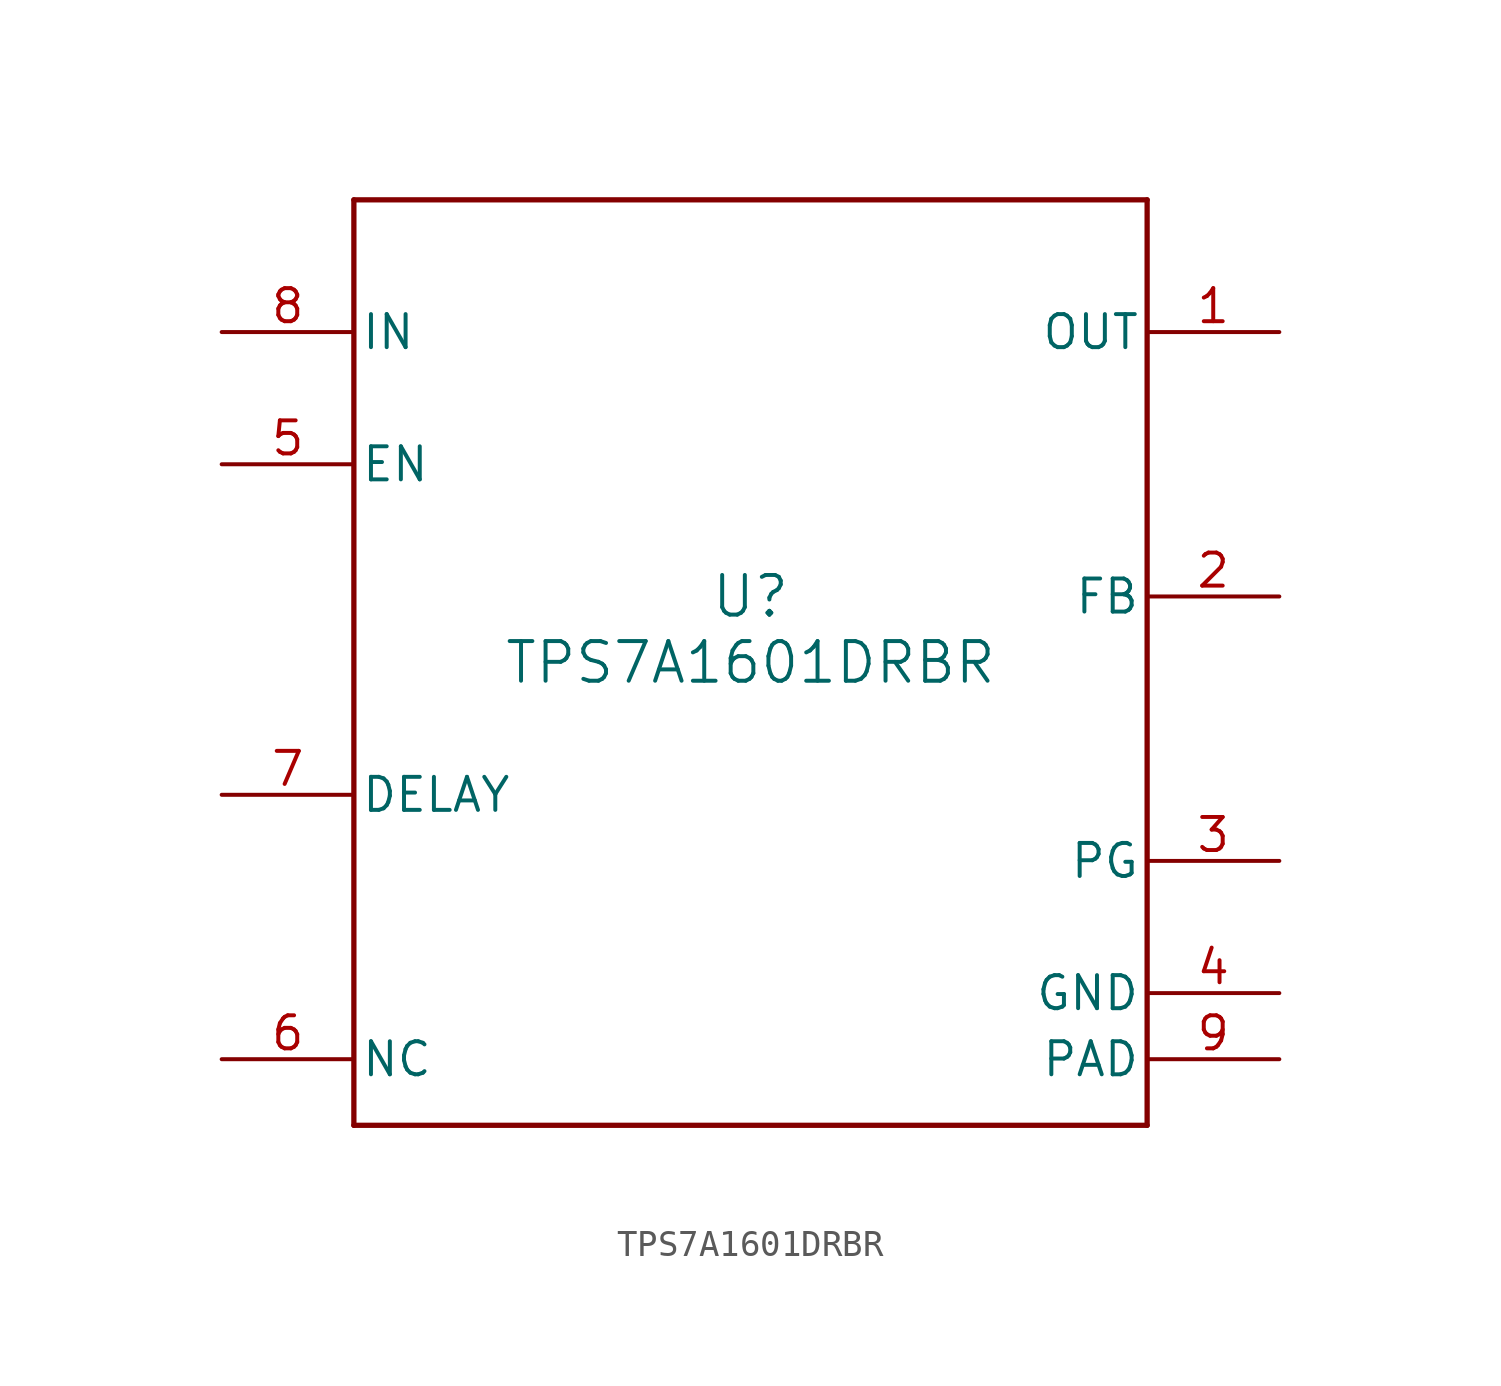
<source format=kicad_sym>
(kicad_symbol_lib
  (version 20211014)
  (generator kicad_symbol_editor)
  (symbol "TPS7A1601DRBR"
    (pin_names
      (offset 0.254))
    (property "Reference" "U"
      (at 0 2.54 0)
      (effects (font (size 1.524 1.524))))
    (property "Value" "TPS7A1601DRBR"
      (at 0 0 0)
      (effects (font (size 1.524 1.524))))
    (symbol "TPS7A1601DRBR_0_1"
      (polyline (pts (xy -15.24 -17.78) (xy 15.24 -17.78)) (stroke (width 0.203) (type default) (color 0 0 0 0)) (fill (type none)))
      (polyline (pts (xy 15.24 -17.78) (xy 15.24 17.78)) (stroke (width 0.203) (type default) (color 0 0 0 0)) (fill (type none)))
      (polyline (pts (xy 15.24 17.78) (xy -15.24 17.78)) (stroke (width 0.203) (type default) (color 0 0 0 0)) (fill (type none)))
      (polyline (pts (xy -15.24 17.78) (xy -15.24 -17.78)) (stroke (width 0.203) (type default) (color 0 0 0 0)) (fill (type none)))
      (pin power_in line (at 20.32 12.7 180) (length 5.08) (name "OUT" (effects (font (size 1.27 1.27)))) (number "1" (effects (font (size 1.27 1.27)))))
      (pin input line (at 20.32 2.54 180) (length 5.08) (name "FB" (effects (font (size 1.27 1.27)))) (number "2" (effects (font (size 1.27 1.27)))))
      (pin open_collector line (at 20.32 -7.62 180) (length 5.08) (name "PG" (effects (font (size 1.27 1.27)))) (number "3" (effects (font (size 1.27 1.27)))))
      (pin power_in line (at 20.32 -12.7 180) (length 5.08) (name "GND" (effects (font (size 1.27 1.27)))) (number "4" (effects (font (size 1.27 1.27)))))
      (pin input line (at -20.32 7.62 0) (length 5.08) (name "EN" (effects (font (size 1.27 1.27)))) (number "5" (effects (font (size 1.27 1.27)))))
      (pin unspecified line (at -20.32 -15.24 0) (length 5.08) (name "NC" (effects (font (size 1.27 1.27)))) (number "6" (effects (font (size 1.27 1.27)))))
      (pin output line (at -20.32 -5.08 0) (length 5.08) (name "DELAY" (effects (font (size 1.27 1.27)))) (number "7" (effects (font (size 1.27 1.27)))))
      (pin power_in line (at -20.32 12.7 0) (length 5.08) (name "IN" (effects (font (size 1.27 1.27)))) (number "8" (effects (font (size 1.27 1.27)))))
      (pin unspecified line (at 20.32 -15.24 180) (length 5.08) (name "PAD" (effects (font (size 1.27 1.27)))) (number "9" (effects (font (size 1.27 1.27))))))))
</source>
